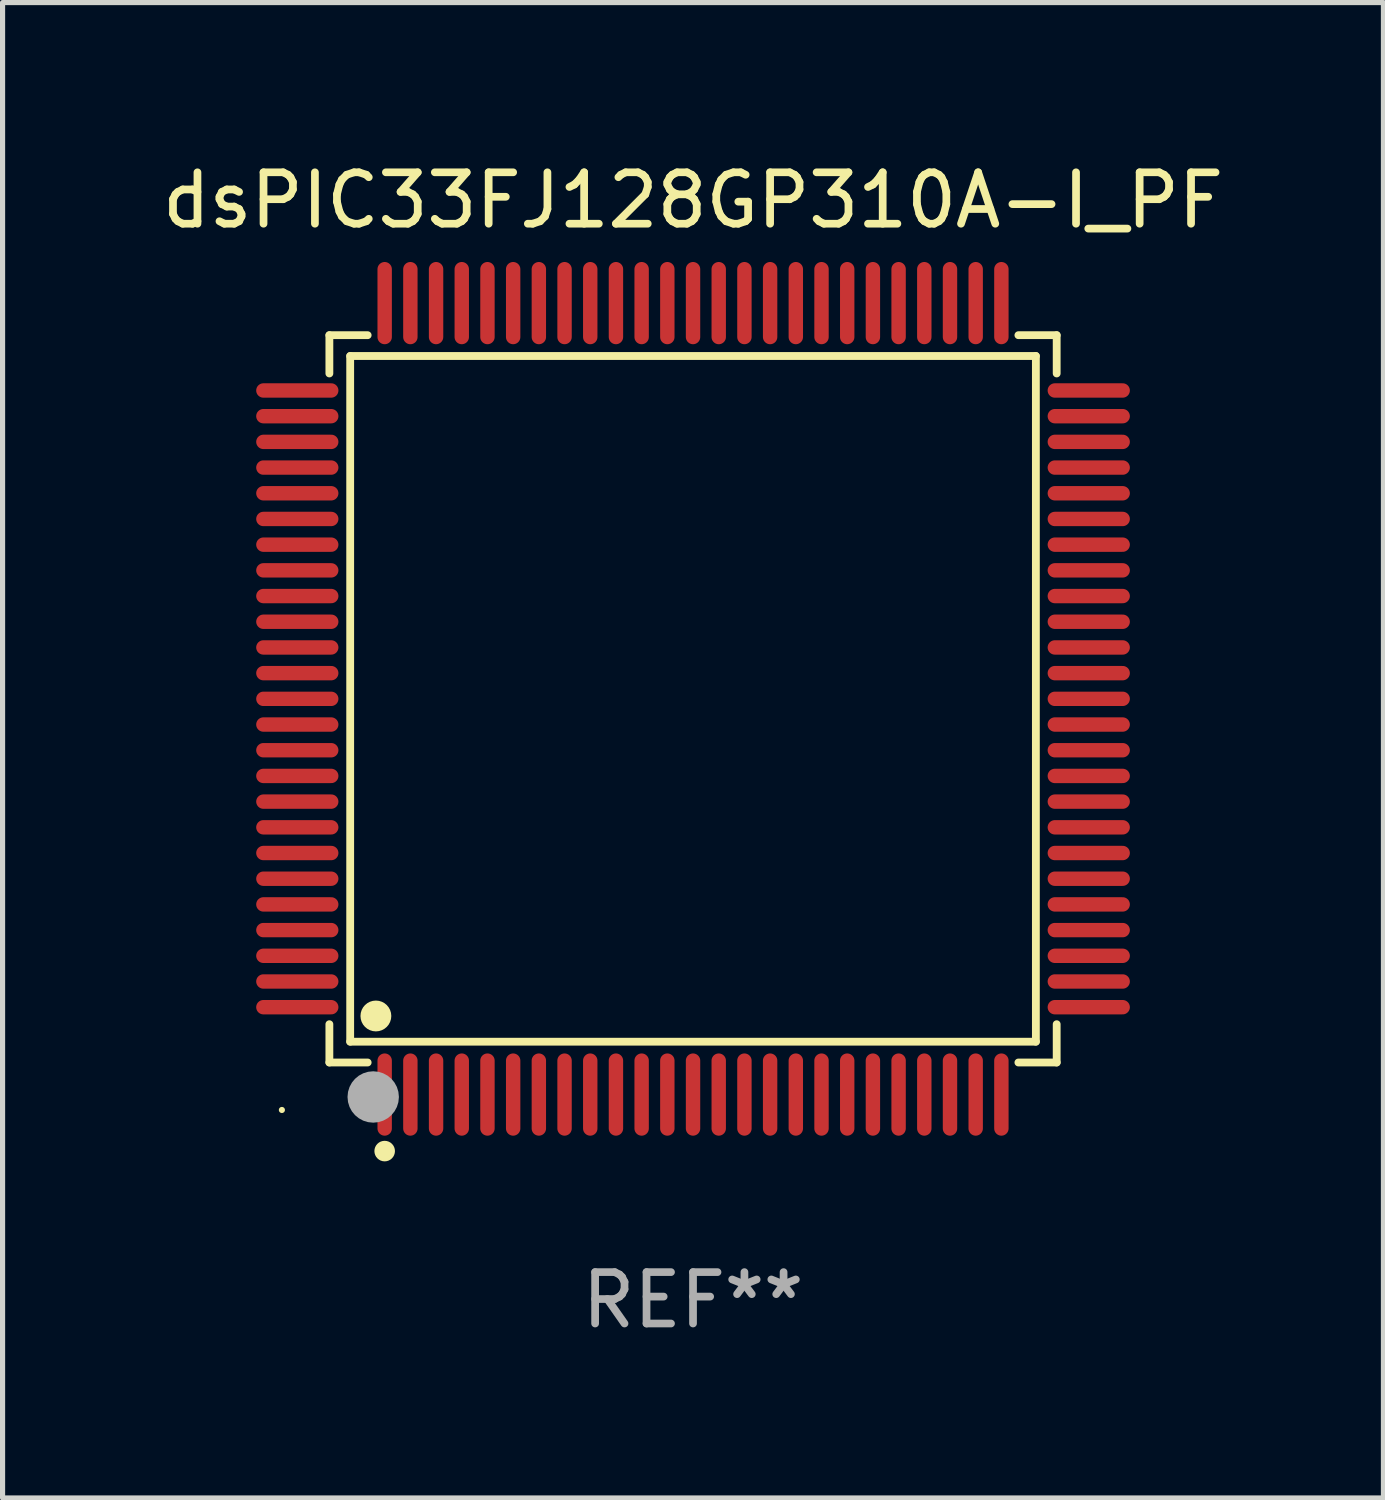
<source format=kicad_pcb>
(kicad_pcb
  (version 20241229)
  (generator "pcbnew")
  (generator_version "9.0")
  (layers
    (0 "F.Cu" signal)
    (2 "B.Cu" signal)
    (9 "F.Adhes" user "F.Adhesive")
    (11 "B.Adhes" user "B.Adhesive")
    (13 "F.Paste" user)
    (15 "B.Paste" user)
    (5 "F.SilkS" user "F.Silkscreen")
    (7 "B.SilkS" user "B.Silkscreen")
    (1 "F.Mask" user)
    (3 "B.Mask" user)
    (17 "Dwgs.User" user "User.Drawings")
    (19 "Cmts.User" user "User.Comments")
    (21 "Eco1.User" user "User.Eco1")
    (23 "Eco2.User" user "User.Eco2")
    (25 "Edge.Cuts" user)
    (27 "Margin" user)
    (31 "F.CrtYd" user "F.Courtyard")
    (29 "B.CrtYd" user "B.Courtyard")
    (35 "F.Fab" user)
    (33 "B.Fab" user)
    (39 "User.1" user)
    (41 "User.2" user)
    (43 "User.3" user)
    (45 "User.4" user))
  (footprint "dsPIC33FJ128GP310A-I_PF"
    (layer "F.Cu")
    (at 10.435 10.548)
    (property "Reference" "dsPIC33FJ128GP310A-I_PF" (at 0 -9.7 0) (layer "F.SilkS") (effects (font (size 1 1) (thickness 0.15))))
    (attr through_hole)
    (fp_line (start -7.076 -7.076) (end -6.331 -7.076) (stroke (width 0.152) (type solid)) (layer "F.SilkS"))
    (fp_line (start -7.076 -6.331) (end -7.076 -7.076) (stroke (width 0.152) (type solid)) (layer "F.SilkS"))
    (fp_line (start -7.076 6.331) (end -7.076 7.076) (stroke (width 0.152) (type solid)) (layer "F.SilkS"))
    (fp_line (start -7.076 7.076) (end -6.331 7.076) (stroke (width 0.152) (type solid)) (layer "F.SilkS"))
    (fp_line (start -6.671 -6.671) (end 6.671 -6.671) (stroke (width 0.152) (type solid)) (layer "F.SilkS"))
    (fp_line (start -6.671 6.671) (end -6.671 -6.671) (stroke (width 0.152) (type solid)) (layer "F.SilkS"))
    (fp_line (start 6.671 -6.671) (end 6.671 6.671) (stroke (width 0.152) (type solid)) (layer "F.SilkS"))
    (fp_line (start 6.671 6.671) (end -6.671 6.671) (stroke (width 0.152) (type solid)) (layer "F.SilkS"))
    (fp_line (start 7.076 -7.076) (end 6.331 -7.076) (stroke (width 0.152) (type solid)) (layer "F.SilkS"))
    (fp_line (start 7.076 -6.331) (end 7.076 -7.076) (stroke (width 0.152) (type solid)) (layer "F.SilkS"))
    (fp_line (start 7.076 6.331) (end 7.076 7.076) (stroke (width 0.152) (type solid)) (layer "F.SilkS"))
    (fp_line (start 7.076 7.076) (end 6.331 7.076) (stroke (width 0.152) (type solid)) (layer "F.SilkS"))
    (fp_circle (center -8 8) (end -7.97 8) (stroke (width 0.06) (type solid)) (fill no) (layer "F.SilkS"))
    (fp_circle (center -6.171 6.171) (end -6.021 6.171) (stroke (width 0.3) (type solid)) (fill no) (layer "F.SilkS"))
    (fp_circle (center -6 8.8) (end -5.9 8.8) (stroke (width 0.2) (type solid)) (fill no) (layer "F.SilkS"))
    (fp_circle (center -6.223 7.747) (end -5.973 7.747) (stroke (width 0.5) (type solid)) (fill no) (layer "F.Fab"))
    (fp_text user "REF**" (at 0 11.7 0) (layer "F.Fab") (effects (font (size 1 1) (thickness 0.15))))
    (pad "1" smd oval (at -6 7.7) (size 0.28 1.6) (layers "F.Cu" "F.Mask" "F.Paste"))
    (pad "2" smd oval (at -5.5 7.7) (size 0.28 1.6) (layers "F.Cu" "F.Mask" "F.Paste"))
    (pad "3" smd oval (at -5 7.7) (size 0.28 1.6) (layers "F.Cu" "F.Mask" "F.Paste"))
    (pad "4" smd oval (at -4.5 7.7) (size 0.28 1.6) (layers "F.Cu" "F.Mask" "F.Paste"))
    (pad "5" smd oval (at -4 7.7) (size 0.28 1.6) (layers "F.Cu" "F.Mask" "F.Paste"))
    (pad "6" smd oval (at -3.5 7.7) (size 0.28 1.6) (layers "F.Cu" "F.Mask" "F.Paste"))
    (pad "7" smd oval (at -3 7.7) (size 0.28 1.6) (layers "F.Cu" "F.Mask" "F.Paste"))
    (pad "8" smd oval (at -2.5 7.7) (size 0.28 1.6) (layers "F.Cu" "F.Mask" "F.Paste"))
    (pad "9" smd oval (at -2 7.7) (size 0.28 1.6) (layers "F.Cu" "F.Mask" "F.Paste"))
    (pad "10" smd oval (at -1.5 7.7) (size 0.28 1.6) (layers "F.Cu" "F.Mask" "F.Paste"))
    (pad "11" smd oval (at -1 7.7) (size 0.28 1.6) (layers "F.Cu" "F.Mask" "F.Paste"))
    (pad "12" smd oval (at -0.5 7.7) (size 0.28 1.6) (layers "F.Cu" "F.Mask" "F.Paste"))
    (pad "13" smd oval (at 0 7.7) (size 0.28 1.6) (layers "F.Cu" "F.Mask" "F.Paste"))
    (pad "14" smd oval (at 0.5 7.7) (size 0.28 1.6) (layers "F.Cu" "F.Mask" "F.Paste"))
    (pad "15" smd oval (at 1 7.7) (size 0.28 1.6) (layers "F.Cu" "F.Mask" "F.Paste"))
    (pad "16" smd oval (at 1.5 7.7) (size 0.28 1.6) (layers "F.Cu" "F.Mask" "F.Paste"))
    (pad "17" smd oval (at 2 7.7) (size 0.28 1.6) (layers "F.Cu" "F.Mask" "F.Paste"))
    (pad "18" smd oval (at 2.5 7.7) (size 0.28 1.6) (layers "F.Cu" "F.Mask" "F.Paste"))
    (pad "19" smd oval (at 3 7.7) (size 0.28 1.6) (layers "F.Cu" "F.Mask" "F.Paste"))
    (pad "20" smd oval (at 3.5 7.7) (size 0.28 1.6) (layers "F.Cu" "F.Mask" "F.Paste"))
    (pad "21" smd oval (at 4 7.7) (size 0.28 1.6) (layers "F.Cu" "F.Mask" "F.Paste"))
    (pad "22" smd oval (at 4.5 7.7) (size 0.28 1.6) (layers "F.Cu" "F.Mask" "F.Paste"))
    (pad "23" smd oval (at 5 7.7) (size 0.28 1.6) (layers "F.Cu" "F.Mask" "F.Paste"))
    (pad "24" smd oval (at 5.5 7.7) (size 0.28 1.6) (layers "F.Cu" "F.Mask" "F.Paste"))
    (pad "25" smd oval (at 6 7.7) (size 0.28 1.6) (layers "F.Cu" "F.Mask" "F.Paste"))
    (pad "26" smd oval (at 7.7 6) (size 1.6 0.28) (layers "F.Cu" "F.Mask" "F.Paste"))
    (pad "27" smd oval (at 7.7 5.5) (size 1.6 0.28) (layers "F.Cu" "F.Mask" "F.Paste"))
    (pad "28" smd oval (at 7.7 5) (size 1.6 0.28) (layers "F.Cu" "F.Mask" "F.Paste"))
    (pad "29" smd oval (at 7.7 4.5) (size 1.6 0.28) (layers "F.Cu" "F.Mask" "F.Paste"))
    (pad "30" smd oval (at 7.7 4) (size 1.6 0.28) (layers "F.Cu" "F.Mask" "F.Paste"))
    (pad "31" smd oval (at 7.7 3.5) (size 1.6 0.28) (layers "F.Cu" "F.Mask" "F.Paste"))
    (pad "32" smd oval (at 7.7 3) (size 1.6 0.28) (layers "F.Cu" "F.Mask" "F.Paste"))
    (pad "33" smd oval (at 7.7 2.5) (size 1.6 0.28) (layers "F.Cu" "F.Mask" "F.Paste"))
    (pad "34" smd oval (at 7.7 2) (size 1.6 0.28) (layers "F.Cu" "F.Mask" "F.Paste"))
    (pad "35" smd oval (at 7.7 1.5) (size 1.6 0.28) (layers "F.Cu" "F.Mask" "F.Paste"))
    (pad "36" smd oval (at 7.7 1) (size 1.6 0.28) (layers "F.Cu" "F.Mask" "F.Paste"))
    (pad "37" smd oval (at 7.7 0.5) (size 1.6 0.28) (layers "F.Cu" "F.Mask" "F.Paste"))
    (pad "38" smd oval (at 7.7 0) (size 1.6 0.28) (layers "F.Cu" "F.Mask" "F.Paste"))
    (pad "39" smd oval (at 7.7 -0.5) (size 1.6 0.28) (layers "F.Cu" "F.Mask" "F.Paste"))
    (pad "40" smd oval (at 7.7 -1) (size 1.6 0.28) (layers "F.Cu" "F.Mask" "F.Paste"))
    (pad "41" smd oval (at 7.7 -1.5) (size 1.6 0.28) (layers "F.Cu" "F.Mask" "F.Paste"))
    (pad "42" smd oval (at 7.7 -2) (size 1.6 0.28) (layers "F.Cu" "F.Mask" "F.Paste"))
    (pad "43" smd oval (at 7.7 -2.5) (size 1.6 0.28) (layers "F.Cu" "F.Mask" "F.Paste"))
    (pad "44" smd oval (at 7.7 -3) (size 1.6 0.28) (layers "F.Cu" "F.Mask" "F.Paste"))
    (pad "45" smd oval (at 7.7 -3.5) (size 1.6 0.28) (layers "F.Cu" "F.Mask" "F.Paste"))
    (pad "46" smd oval (at 7.7 -4) (size 1.6 0.28) (layers "F.Cu" "F.Mask" "F.Paste"))
    (pad "47" smd oval (at 7.7 -4.5) (size 1.6 0.28) (layers "F.Cu" "F.Mask" "F.Paste"))
    (pad "48" smd oval (at 7.7 -5) (size 1.6 0.28) (layers "F.Cu" "F.Mask" "F.Paste"))
    (pad "49" smd oval (at 7.7 -5.5) (size 1.6 0.28) (layers "F.Cu" "F.Mask" "F.Paste"))
    (pad "50" smd oval (at 7.7 -6) (size 1.6 0.28) (layers "F.Cu" "F.Mask" "F.Paste"))
    (pad "51" smd oval (at 6 -7.7) (size 0.28 1.6) (layers "F.Cu" "F.Mask" "F.Paste"))
    (pad "52" smd oval (at 5.5 -7.7) (size 0.28 1.6) (layers "F.Cu" "F.Mask" "F.Paste"))
    (pad "53" smd oval (at 5 -7.7) (size 0.28 1.6) (layers "F.Cu" "F.Mask" "F.Paste"))
    (pad "54" smd oval (at 4.5 -7.7) (size 0.28 1.6) (layers "F.Cu" "F.Mask" "F.Paste"))
    (pad "55" smd oval (at 4 -7.7) (size 0.28 1.6) (layers "F.Cu" "F.Mask" "F.Paste"))
    (pad "56" smd oval (at 3.5 -7.7) (size 0.28 1.6) (layers "F.Cu" "F.Mask" "F.Paste"))
    (pad "57" smd oval (at 3 -7.7) (size 0.28 1.6) (layers "F.Cu" "F.Mask" "F.Paste"))
    (pad "58" smd oval (at 2.5 -7.7) (size 0.28 1.6) (layers "F.Cu" "F.Mask" "F.Paste"))
    (pad "59" smd oval (at 2 -7.7) (size 0.28 1.6) (layers "F.Cu" "F.Mask" "F.Paste"))
    (pad "60" smd oval (at 1.5 -7.7) (size 0.28 1.6) (layers "F.Cu" "F.Mask" "F.Paste"))
    (pad "61" smd oval (at 1 -7.7) (size 0.28 1.6) (layers "F.Cu" "F.Mask" "F.Paste"))
    (pad "62" smd oval (at 0.5 -7.7) (size 0.28 1.6) (layers "F.Cu" "F.Mask" "F.Paste"))
    (pad "63" smd oval (at 0 -7.7) (size 0.28 1.6) (layers "F.Cu" "F.Mask" "F.Paste"))
    (pad "64" smd oval (at -0.5 -7.7) (size 0.28 1.6) (layers "F.Cu" "F.Mask" "F.Paste"))
    (pad "65" smd oval (at -1 -7.7) (size 0.28 1.6) (layers "F.Cu" "F.Mask" "F.Paste"))
    (pad "66" smd oval (at -1.5 -7.7) (size 0.28 1.6) (layers "F.Cu" "F.Mask" "F.Paste"))
    (pad "67" smd oval (at -2 -7.7) (size 0.28 1.6) (layers "F.Cu" "F.Mask" "F.Paste"))
    (pad "68" smd oval (at -2.5 -7.7) (size 0.28 1.6) (layers "F.Cu" "F.Mask" "F.Paste"))
    (pad "69" smd oval (at -3 -7.7) (size 0.28 1.6) (layers "F.Cu" "F.Mask" "F.Paste"))
    (pad "70" smd oval (at -3.5 -7.7) (size 0.28 1.6) (layers "F.Cu" "F.Mask" "F.Paste"))
    (pad "71" smd oval (at -4 -7.7) (size 0.28 1.6) (layers "F.Cu" "F.Mask" "F.Paste"))
    (pad "72" smd oval (at -4.5 -7.7) (size 0.28 1.6) (layers "F.Cu" "F.Mask" "F.Paste"))
    (pad "73" smd oval (at -5 -7.7) (size 0.28 1.6) (layers "F.Cu" "F.Mask" "F.Paste"))
    (pad "74" smd oval (at -5.5 -7.7) (size 0.28 1.6) (layers "F.Cu" "F.Mask" "F.Paste"))
    (pad "75" smd oval (at -6 -7.7) (size 0.28 1.6) (layers "F.Cu" "F.Mask" "F.Paste"))
    (pad "76" smd oval (at -7.7 -6) (size 1.6 0.28) (layers "F.Cu" "F.Mask" "F.Paste"))
    (pad "77" smd oval (at -7.7 -5.5) (size 1.6 0.28) (layers "F.Cu" "F.Mask" "F.Paste"))
    (pad "78" smd oval (at -7.7 -5) (size 1.6 0.28) (layers "F.Cu" "F.Mask" "F.Paste"))
    (pad "79" smd oval (at -7.7 -4.5) (size 1.6 0.28) (layers "F.Cu" "F.Mask" "F.Paste"))
    (pad "80" smd oval (at -7.7 -4) (size 1.6 0.28) (layers "F.Cu" "F.Mask" "F.Paste"))
    (pad "81" smd oval (at -7.7 -3.5) (size 1.6 0.28) (layers "F.Cu" "F.Mask" "F.Paste"))
    (pad "82" smd oval (at -7.7 -3) (size 1.6 0.28) (layers "F.Cu" "F.Mask" "F.Paste"))
    (pad "83" smd oval (at -7.7 -2.5) (size 1.6 0.28) (layers "F.Cu" "F.Mask" "F.Paste"))
    (pad "84" smd oval (at -7.7 -2) (size 1.6 0.28) (layers "F.Cu" "F.Mask" "F.Paste"))
    (pad "85" smd oval (at -7.7 -1.5) (size 1.6 0.28) (layers "F.Cu" "F.Mask" "F.Paste"))
    (pad "86" smd oval (at -7.7 -1) (size 1.6 0.28) (layers "F.Cu" "F.Mask" "F.Paste"))
    (pad "87" smd oval (at -7.7 -0.5) (size 1.6 0.28) (layers "F.Cu" "F.Mask" "F.Paste"))
    (pad "88" smd oval (at -7.7 0) (size 1.6 0.28) (layers "F.Cu" "F.Mask" "F.Paste"))
    (pad "89" smd oval (at -7.7 0.5) (size 1.6 0.28) (layers "F.Cu" "F.Mask" "F.Paste"))
    (pad "90" smd oval (at -7.7 1) (size 1.6 0.28) (layers "F.Cu" "F.Mask" "F.Paste"))
    (pad "91" smd oval (at -7.7 1.5) (size 1.6 0.28) (layers "F.Cu" "F.Mask" "F.Paste"))
    (pad "92" smd oval (at -7.7 2) (size 1.6 0.28) (layers "F.Cu" "F.Mask" "F.Paste"))
    (pad "93" smd oval (at -7.7 2.5) (size 1.6 0.28) (layers "F.Cu" "F.Mask" "F.Paste"))
    (pad "94" smd oval (at -7.7 3) (size 1.6 0.28) (layers "F.Cu" "F.Mask" "F.Paste"))
    (pad "95" smd oval (at -7.7 3.5) (size 1.6 0.28) (layers "F.Cu" "F.Mask" "F.Paste"))
    (pad "96" smd oval (at -7.7 4) (size 1.6 0.28) (layers "F.Cu" "F.Mask" "F.Paste"))
    (pad "97" smd oval (at -7.7 4.5) (size 1.6 0.28) (layers "F.Cu" "F.Mask" "F.Paste"))
    (pad "98" smd oval (at -7.7 5) (size 1.6 0.28) (layers "F.Cu" "F.Mask" "F.Paste"))
    (pad "99" smd oval (at -7.7 5.5) (size 1.6 0.28) (layers "F.Cu" "F.Mask" "F.Paste"))
    (pad "100" smd oval (at -7.7 6) (size 1.6 0.28) (layers "F.Cu" "F.Mask" "F.Paste")))
  (gr_rect
    (start -3 -3)
    (end 23.869 26.097)
    (stroke (width 0.1) (type default))
    (fill no)
    (layer "Edge.Cuts")))
</source>
